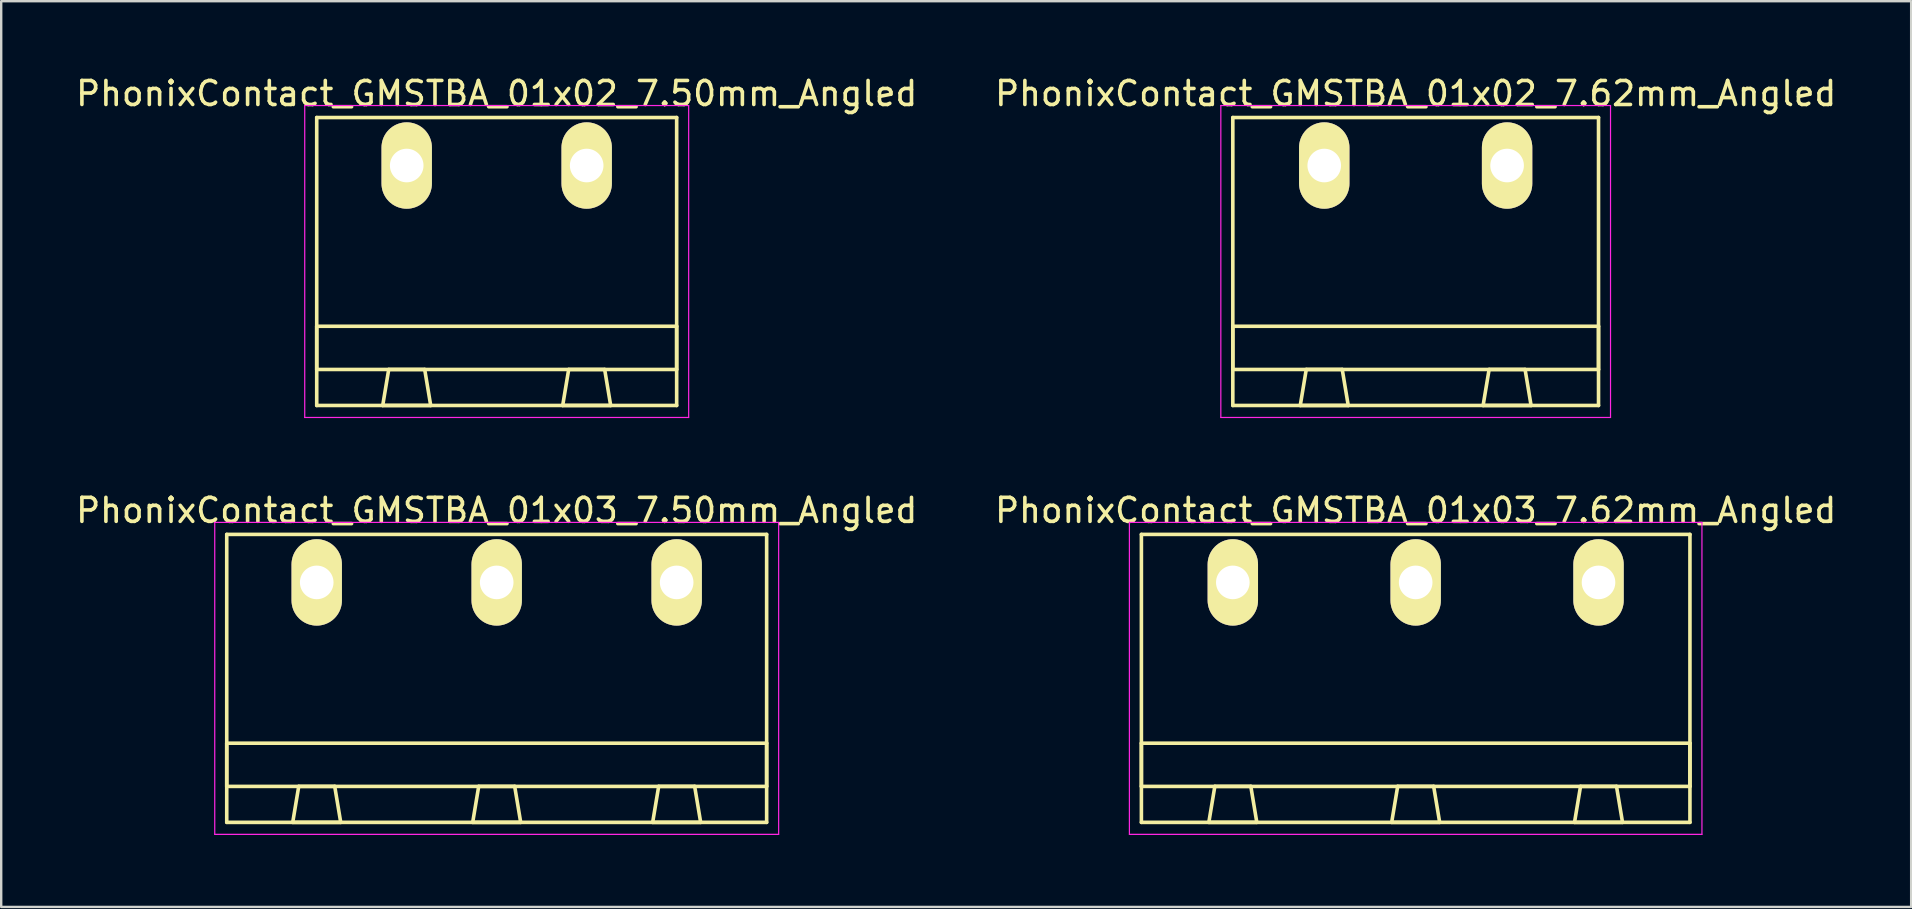
<source format=kicad_pcb>
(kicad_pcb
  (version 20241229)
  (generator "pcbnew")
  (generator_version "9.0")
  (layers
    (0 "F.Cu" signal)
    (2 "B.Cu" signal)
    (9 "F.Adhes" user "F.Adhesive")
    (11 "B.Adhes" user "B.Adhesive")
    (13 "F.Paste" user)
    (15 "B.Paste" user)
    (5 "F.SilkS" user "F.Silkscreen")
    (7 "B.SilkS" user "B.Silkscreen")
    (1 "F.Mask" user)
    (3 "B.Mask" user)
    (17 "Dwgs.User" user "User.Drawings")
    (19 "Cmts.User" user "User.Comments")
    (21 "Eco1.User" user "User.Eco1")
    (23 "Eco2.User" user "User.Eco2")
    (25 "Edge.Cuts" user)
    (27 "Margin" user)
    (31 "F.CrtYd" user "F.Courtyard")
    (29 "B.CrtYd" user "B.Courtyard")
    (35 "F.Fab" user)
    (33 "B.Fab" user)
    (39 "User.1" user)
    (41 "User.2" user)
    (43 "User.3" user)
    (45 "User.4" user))
  (footprint "PhonixContact_GMSTBA_01x03_7.50mm_Angled"
    (layer "F.Cu")
    (at 10.149 21.221)
    (property "Reference" "PhonixContact_GMSTBA_01x03_7.50mm_Angled" (at 7.5 -3 0) (layer "F.SilkS") (effects (font (size 1 1) (thickness 0.15))))
    (attr through_hole)
    (fp_line (start -3.75 -2) (end -3.75 10) (stroke (width 0.15) (type solid)) (layer "F.SilkS"))
    (fp_line (start -3.75 6.7) (end 18.75 6.7) (stroke (width 0.15) (type solid)) (layer "F.SilkS"))
    (fp_line (start -3.75 8.5) (end -3.75 6.7) (stroke (width 0.15) (type solid)) (layer "F.SilkS"))
    (fp_line (start -3.75 10) (end 18.75 10) (stroke (width 0.15) (type solid)) (layer "F.SilkS"))
    (fp_line (start -1 10) (end 1 10) (stroke (width 0.15) (type solid)) (layer "F.SilkS"))
    (fp_line (start -0.75 8.5) (end -1 10) (stroke (width 0.15) (type solid)) (layer "F.SilkS"))
    (fp_line (start 0.75 8.5) (end -0.75 8.5) (stroke (width 0.15) (type solid)) (layer "F.SilkS"))
    (fp_line (start 1 10) (end 0.75 8.5) (stroke (width 0.15) (type solid)) (layer "F.SilkS"))
    (fp_line (start 6.5 10) (end 8.5 10) (stroke (width 0.15) (type solid)) (layer "F.SilkS"))
    (fp_line (start 6.75 8.5) (end 6.5 10) (stroke (width 0.15) (type solid)) (layer "F.SilkS"))
    (fp_line (start 8.25 8.5) (end 6.75 8.5) (stroke (width 0.15) (type solid)) (layer "F.SilkS"))
    (fp_line (start 8.5 10) (end 8.25 8.5) (stroke (width 0.15) (type solid)) (layer "F.SilkS"))
    (fp_line (start 14 10) (end 16 10) (stroke (width 0.15) (type solid)) (layer "F.SilkS"))
    (fp_line (start 14.25 8.5) (end 14 10) (stroke (width 0.15) (type solid)) (layer "F.SilkS"))
    (fp_line (start 15.75 8.5) (end 14.25 8.5) (stroke (width 0.15) (type solid)) (layer "F.SilkS"))
    (fp_line (start 16 10) (end 15.75 8.5) (stroke (width 0.15) (type solid)) (layer "F.SilkS"))
    (fp_line (start 18.75 -2) (end -3.75 -2) (stroke (width 0.15) (type solid)) (layer "F.SilkS"))
    (fp_line (start 18.75 6.7) (end 18.75 8.5) (stroke (width 0.15) (type solid)) (layer "F.SilkS"))
    (fp_line (start 18.75 8.5) (end -3.75 8.5) (stroke (width 0.15) (type solid)) (layer "F.SilkS"))
    (fp_line (start 18.75 10) (end 18.75 -2) (stroke (width 0.15) (type solid)) (layer "F.SilkS"))
    (fp_line (start -4.25 -2.5) (end -4.25 10.5) (stroke (width 0.05) (type solid)) (layer "F.CrtYd"))
    (fp_line (start -4.25 10.5) (end 19.25 10.5) (stroke (width 0.05) (type solid)) (layer "F.CrtYd"))
    (fp_line (start 19.25 -2.5) (end -4.25 -2.5) (stroke (width 0.05) (type solid)) (layer "F.CrtYd"))
    (fp_line (start 19.25 10.5) (end 19.25 -2.5) (stroke (width 0.05) (type solid)) (layer "F.CrtYd"))
    (pad "1" thru_hole oval (at 0 0) (size 2.1 3.6) (drill 1.4) (layers "*.Cu" "*.Mask" "F.SilkS"))
    (pad "2" thru_hole oval (at 7.5 0) (size 2.1 3.6) (drill 1.4) (layers "*.Cu" "*.Mask" "F.SilkS"))
    (pad "3" thru_hole oval (at 15 0) (size 2.1 3.6) (drill 1.4) (layers "*.Cu" "*.Mask" "F.SilkS")))
  (footprint "PhonixContact_GMSTBA_01x02_7.50mm_Angled"
    (layer "F.Cu")
    (at 13.899 3.848)
    (property "Reference" "PhonixContact_GMSTBA_01x02_7.50mm_Angled" (at 3.75 -3 0) (layer "F.SilkS") (effects (font (size 1 1) (thickness 0.15))))
    (attr through_hole)
    (fp_line (start -3.75 -2) (end -3.75 10) (stroke (width 0.15) (type solid)) (layer "F.SilkS"))
    (fp_line (start -3.75 6.7) (end 11.25 6.7) (stroke (width 0.15) (type solid)) (layer "F.SilkS"))
    (fp_line (start -3.75 8.5) (end -3.75 6.7) (stroke (width 0.15) (type solid)) (layer "F.SilkS"))
    (fp_line (start -3.75 10) (end 11.25 10) (stroke (width 0.15) (type solid)) (layer "F.SilkS"))
    (fp_line (start -1 10) (end 1 10) (stroke (width 0.15) (type solid)) (layer "F.SilkS"))
    (fp_line (start -0.75 8.5) (end -1 10) (stroke (width 0.15) (type solid)) (layer "F.SilkS"))
    (fp_line (start 0.75 8.5) (end -0.75 8.5) (stroke (width 0.15) (type solid)) (layer "F.SilkS"))
    (fp_line (start 1 10) (end 0.75 8.5) (stroke (width 0.15) (type solid)) (layer "F.SilkS"))
    (fp_line (start 6.5 10) (end 8.5 10) (stroke (width 0.15) (type solid)) (layer "F.SilkS"))
    (fp_line (start 6.75 8.5) (end 6.5 10) (stroke (width 0.15) (type solid)) (layer "F.SilkS"))
    (fp_line (start 8.25 8.5) (end 6.75 8.5) (stroke (width 0.15) (type solid)) (layer "F.SilkS"))
    (fp_line (start 8.5 10) (end 8.25 8.5) (stroke (width 0.15) (type solid)) (layer "F.SilkS"))
    (fp_line (start 11.25 -2) (end -3.75 -2) (stroke (width 0.15) (type solid)) (layer "F.SilkS"))
    (fp_line (start 11.25 6.7) (end 11.25 8.5) (stroke (width 0.15) (type solid)) (layer "F.SilkS"))
    (fp_line (start 11.25 8.5) (end -3.75 8.5) (stroke (width 0.15) (type solid)) (layer "F.SilkS"))
    (fp_line (start 11.25 10) (end 11.25 -2) (stroke (width 0.15) (type solid)) (layer "F.SilkS"))
    (fp_line (start -4.25 -2.5) (end -4.25 10.5) (stroke (width 0.05) (type solid)) (layer "F.CrtYd"))
    (fp_line (start -4.25 10.5) (end 11.75 10.5) (stroke (width 0.05) (type solid)) (layer "F.CrtYd"))
    (fp_line (start 11.75 -2.5) (end -4.25 -2.5) (stroke (width 0.05) (type solid)) (layer "F.CrtYd"))
    (fp_line (start 11.75 10.5) (end 11.75 -2.5) (stroke (width 0.05) (type solid)) (layer "F.CrtYd"))
    (pad "1" thru_hole oval (at 0 0) (size 2.1 3.6) (drill 1.4) (layers "*.Cu" "*.Mask" "F.SilkS"))
    (pad "2" thru_hole oval (at 7.5 0) (size 2.1 3.6) (drill 1.4) (layers "*.Cu" "*.Mask" "F.SilkS")))
  (footprint "PhonixContact_GMSTBA_01x02_7.62mm_Angled"
    (layer "F.Cu")
    (at 52.136 3.848)
    (property "Reference" "PhonixContact_GMSTBA_01x02_7.62mm_Angled" (at 3.81 -3 0) (layer "F.SilkS") (effects (font (size 1 1) (thickness 0.15))))
    (attr through_hole)
    (fp_line (start -3.81 -2) (end -3.81 10) (stroke (width 0.15) (type solid)) (layer "F.SilkS"))
    (fp_line (start -3.81 6.7) (end 11.43 6.7) (stroke (width 0.15) (type solid)) (layer "F.SilkS"))
    (fp_line (start -3.81 8.5) (end -3.81 6.7) (stroke (width 0.15) (type solid)) (layer "F.SilkS"))
    (fp_line (start -3.81 10) (end 11.43 10) (stroke (width 0.15) (type solid)) (layer "F.SilkS"))
    (fp_line (start -1 10) (end 1 10) (stroke (width 0.15) (type solid)) (layer "F.SilkS"))
    (fp_line (start -0.75 8.5) (end -1 10) (stroke (width 0.15) (type solid)) (layer "F.SilkS"))
    (fp_line (start 0.75 8.5) (end -0.75 8.5) (stroke (width 0.15) (type solid)) (layer "F.SilkS"))
    (fp_line (start 1 10) (end 0.75 8.5) (stroke (width 0.15) (type solid)) (layer "F.SilkS"))
    (fp_line (start 6.62 10) (end 8.62 10) (stroke (width 0.15) (type solid)) (layer "F.SilkS"))
    (fp_line (start 6.87 8.5) (end 6.62 10) (stroke (width 0.15) (type solid)) (layer "F.SilkS"))
    (fp_line (start 8.37 8.5) (end 6.87 8.5) (stroke (width 0.15) (type solid)) (layer "F.SilkS"))
    (fp_line (start 8.62 10) (end 8.37 8.5) (stroke (width 0.15) (type solid)) (layer "F.SilkS"))
    (fp_line (start 11.43 -2) (end -3.81 -2) (stroke (width 0.15) (type solid)) (layer "F.SilkS"))
    (fp_line (start 11.43 6.7) (end 11.43 8.5) (stroke (width 0.15) (type solid)) (layer "F.SilkS"))
    (fp_line (start 11.43 8.5) (end -3.81 8.5) (stroke (width 0.15) (type solid)) (layer "F.SilkS"))
    (fp_line (start 11.43 10) (end 11.43 -2) (stroke (width 0.15) (type solid)) (layer "F.SilkS"))
    (fp_line (start -4.31 -2.5) (end -4.31 10.5) (stroke (width 0.05) (type solid)) (layer "F.CrtYd"))
    (fp_line (start -4.31 10.5) (end 11.93 10.5) (stroke (width 0.05) (type solid)) (layer "F.CrtYd"))
    (fp_line (start 11.93 -2.5) (end -4.31 -2.5) (stroke (width 0.05) (type solid)) (layer "F.CrtYd"))
    (fp_line (start 11.93 10.5) (end 11.93 -2.5) (stroke (width 0.05) (type solid)) (layer "F.CrtYd"))
    (pad "1" thru_hole oval (at 0 0) (size 2.1 3.6) (drill 1.4) (layers "*.Cu" "*.Mask" "F.SilkS"))
    (pad "2" thru_hole oval (at 7.62 0) (size 2.1 3.6) (drill 1.4) (layers "*.Cu" "*.Mask" "F.SilkS")))
  (footprint "PhonixContact_GMSTBA_01x03_7.62mm_Angled"
    (layer "F.Cu")
    (at 48.326 21.221)
    (property "Reference" "PhonixContact_GMSTBA_01x03_7.62mm_Angled" (at 7.62 -3 0) (layer "F.SilkS") (effects (font (size 1 1) (thickness 0.15))))
    (attr through_hole)
    (fp_line (start -3.81 -2) (end -3.81 10) (stroke (width 0.15) (type solid)) (layer "F.SilkS"))
    (fp_line (start -3.81 6.7) (end 19.05 6.7) (stroke (width 0.15) (type solid)) (layer "F.SilkS"))
    (fp_line (start -3.81 8.5) (end -3.81 6.7) (stroke (width 0.15) (type solid)) (layer "F.SilkS"))
    (fp_line (start -3.81 10) (end 19.05 10) (stroke (width 0.15) (type solid)) (layer "F.SilkS"))
    (fp_line (start -1 10) (end 1 10) (stroke (width 0.15) (type solid)) (layer "F.SilkS"))
    (fp_line (start -0.75 8.5) (end -1 10) (stroke (width 0.15) (type solid)) (layer "F.SilkS"))
    (fp_line (start 0.75 8.5) (end -0.75 8.5) (stroke (width 0.15) (type solid)) (layer "F.SilkS"))
    (fp_line (start 1 10) (end 0.75 8.5) (stroke (width 0.15) (type solid)) (layer "F.SilkS"))
    (fp_line (start 6.62 10) (end 8.62 10) (stroke (width 0.15) (type solid)) (layer "F.SilkS"))
    (fp_line (start 6.87 8.5) (end 6.62 10) (stroke (width 0.15) (type solid)) (layer "F.SilkS"))
    (fp_line (start 8.37 8.5) (end 6.87 8.5) (stroke (width 0.15) (type solid)) (layer "F.SilkS"))
    (fp_line (start 8.62 10) (end 8.37 8.5) (stroke (width 0.15) (type solid)) (layer "F.SilkS"))
    (fp_line (start 14.24 10) (end 16.24 10) (stroke (width 0.15) (type solid)) (layer "F.SilkS"))
    (fp_line (start 14.49 8.5) (end 14.24 10) (stroke (width 0.15) (type solid)) (layer "F.SilkS"))
    (fp_line (start 15.99 8.5) (end 14.49 8.5) (stroke (width 0.15) (type solid)) (layer "F.SilkS"))
    (fp_line (start 16.24 10) (end 15.99 8.5) (stroke (width 0.15) (type solid)) (layer "F.SilkS"))
    (fp_line (start 19.05 -2) (end -3.81 -2) (stroke (width 0.15) (type solid)) (layer "F.SilkS"))
    (fp_line (start 19.05 6.7) (end 19.05 8.5) (stroke (width 0.15) (type solid)) (layer "F.SilkS"))
    (fp_line (start 19.05 8.5) (end -3.81 8.5) (stroke (width 0.15) (type solid)) (layer "F.SilkS"))
    (fp_line (start 19.05 10) (end 19.05 -2) (stroke (width 0.15) (type solid)) (layer "F.SilkS"))
    (fp_line (start -4.31 -2.5) (end -4.31 10.5) (stroke (width 0.05) (type solid)) (layer "F.CrtYd"))
    (fp_line (start -4.31 10.5) (end 19.55 10.5) (stroke (width 0.05) (type solid)) (layer "F.CrtYd"))
    (fp_line (start 19.55 -2.5) (end -4.31 -2.5) (stroke (width 0.05) (type solid)) (layer "F.CrtYd"))
    (fp_line (start 19.55 10.5) (end 19.55 -2.5) (stroke (width 0.05) (type solid)) (layer "F.CrtYd"))
    (pad "1" thru_hole oval (at 0 0) (size 2.1 3.6) (drill 1.4) (layers "*.Cu" "*.Mask" "F.SilkS"))
    (pad "2" thru_hole oval (at 7.62 0) (size 2.1 3.6) (drill 1.4) (layers "*.Cu" "*.Mask" "F.SilkS"))
    (pad "3" thru_hole oval (at 15.24 0) (size 2.1 3.6) (drill 1.4) (layers "*.Cu" "*.Mask" "F.SilkS")))
  (gr_rect
    (start -3 -3)
    (end 76.595 34.746)
    (stroke (width 0.1) (type default))
    (fill no)
    (layer "Edge.Cuts")))
</source>
